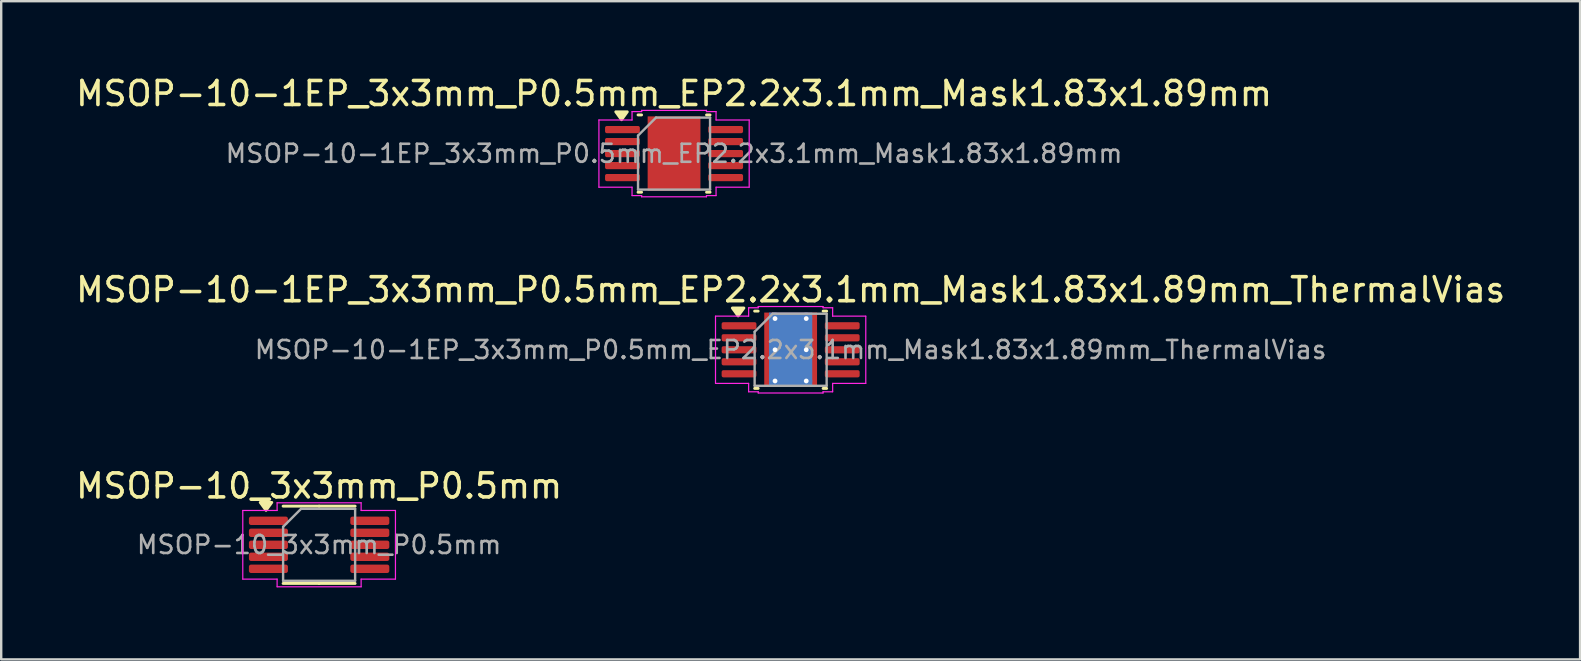
<source format=kicad_pcb>
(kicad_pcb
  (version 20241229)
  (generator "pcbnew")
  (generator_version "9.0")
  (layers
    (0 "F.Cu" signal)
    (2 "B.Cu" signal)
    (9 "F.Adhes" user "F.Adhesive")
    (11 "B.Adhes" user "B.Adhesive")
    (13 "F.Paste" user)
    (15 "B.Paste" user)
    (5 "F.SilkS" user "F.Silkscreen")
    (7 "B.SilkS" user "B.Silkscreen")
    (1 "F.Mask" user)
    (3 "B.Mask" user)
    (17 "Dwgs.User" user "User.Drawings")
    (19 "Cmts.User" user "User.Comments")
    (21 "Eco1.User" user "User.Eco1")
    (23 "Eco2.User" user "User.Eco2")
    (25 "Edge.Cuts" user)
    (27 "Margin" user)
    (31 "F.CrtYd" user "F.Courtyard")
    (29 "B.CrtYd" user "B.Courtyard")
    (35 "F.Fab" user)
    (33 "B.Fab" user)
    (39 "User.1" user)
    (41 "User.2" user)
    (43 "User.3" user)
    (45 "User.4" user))
  (footprint "MSOP-10-1EP_3x3mm_P0.5mm_EP2.2x3.1mm_Mask1.83x1.89mm_ThermalVias"
    (layer "F.Cu")
    (at 29.887 11.521)
    (property "Reference" "MSOP-10-1EP_3x3mm_P0.5mm_EP2.2x3.1mm_Mask1.83x1.89mm_ThermalVias" (at 0 -2.5 0) (layer "F.SilkS") (effects (font (size 1 1) (thickness 0.15))))
    (attr smd)
    (fp_line (start -1.353 -1.61) (end -1.5 -1.61) (stroke (width 0.12) (type solid)) (layer "F.SilkS"))
    (fp_line (start -1.353 1.61) (end -1.5 1.61) (stroke (width 0.12) (type solid)) (layer "F.SilkS"))
    (fp_line (start 1.353 -1.61) (end 1.5 -1.61) (stroke (width 0.12) (type solid)) (layer "F.SilkS"))
    (fp_line (start 1.353 1.61) (end 1.5 1.61) (stroke (width 0.12) (type solid)) (layer "F.SilkS"))
    (fp_poly (pts (xy -2.188 -1.41) (xy -2.428 -1.74) (xy -1.948 -1.74)) (stroke (width 0.12) (type solid)) (fill yes) (layer "F.SilkS"))
    (fp_line (start -3.13 -1.4) (end -1.75 -1.4) (stroke (width 0.05) (type solid)) (layer "F.CrtYd"))
    (fp_line (start -3.13 1.4) (end -3.13 -1.4) (stroke (width 0.05) (type solid)) (layer "F.CrtYd"))
    (fp_line (start -1.75 -1.75) (end -1.35 -1.75) (stroke (width 0.05) (type solid)) (layer "F.CrtYd"))
    (fp_line (start -1.75 -1.4) (end -1.75 -1.75) (stroke (width 0.05) (type solid)) (layer "F.CrtYd"))
    (fp_line (start -1.75 1.4) (end -3.13 1.4) (stroke (width 0.05) (type solid)) (layer "F.CrtYd"))
    (fp_line (start -1.75 1.75) (end -1.75 1.4) (stroke (width 0.05) (type solid)) (layer "F.CrtYd"))
    (fp_line (start -1.35 -1.8) (end 1.35 -1.8) (stroke (width 0.05) (type solid)) (layer "F.CrtYd"))
    (fp_line (start -1.35 -1.75) (end -1.35 -1.8) (stroke (width 0.05) (type solid)) (layer "F.CrtYd"))
    (fp_line (start -1.35 1.75) (end -1.75 1.75) (stroke (width 0.05) (type solid)) (layer "F.CrtYd"))
    (fp_line (start -1.35 1.8) (end -1.35 1.75) (stroke (width 0.05) (type solid)) (layer "F.CrtYd"))
    (fp_line (start 1.35 -1.8) (end 1.35 -1.75) (stroke (width 0.05) (type solid)) (layer "F.CrtYd"))
    (fp_line (start 1.35 -1.75) (end 1.75 -1.75) (stroke (width 0.05) (type solid)) (layer "F.CrtYd"))
    (fp_line (start 1.35 1.75) (end 1.35 1.8) (stroke (width 0.05) (type solid)) (layer "F.CrtYd"))
    (fp_line (start 1.35 1.8) (end -1.35 1.8) (stroke (width 0.05) (type solid)) (layer "F.CrtYd"))
    (fp_line (start 1.75 -1.75) (end 1.75 -1.4) (stroke (width 0.05) (type solid)) (layer "F.CrtYd"))
    (fp_line (start 1.75 -1.4) (end 3.13 -1.4) (stroke (width 0.05) (type solid)) (layer "F.CrtYd"))
    (fp_line (start 1.75 1.4) (end 1.75 1.75) (stroke (width 0.05) (type solid)) (layer "F.CrtYd"))
    (fp_line (start 1.75 1.75) (end 1.35 1.75) (stroke (width 0.05) (type solid)) (layer "F.CrtYd"))
    (fp_line (start 3.13 -1.4) (end 3.13 1.4) (stroke (width 0.05) (type solid)) (layer "F.CrtYd"))
    (fp_line (start 3.13 1.4) (end 1.75 1.4) (stroke (width 0.05) (type solid)) (layer "F.CrtYd"))
    (fp_line (start -1.5 -0.75) (end -0.75 -1.5) (stroke (width 0.1) (type solid)) (layer "F.Fab"))
    (fp_line (start -1.5 1.5) (end -1.5 -0.75) (stroke (width 0.1) (type solid)) (layer "F.Fab"))
    (fp_line (start -0.75 -1.5) (end 1.5 -1.5) (stroke (width 0.1) (type solid)) (layer "F.Fab"))
    (fp_line (start 1.5 -1.5) (end 1.5 1.5) (stroke (width 0.1) (type solid)) (layer "F.Fab"))
    (fp_line (start 1.5 1.5) (end -1.5 1.5) (stroke (width 0.1) (type solid)) (layer "F.Fab"))
    (fp_text user "${REFERENCE}" (at 0 0 0) (layer "F.Fab") (effects (font (size 0.75 0.75) (thickness 0.11))))
    (pad "" smd roundrect (at -0.46 -0.47) (size 0.74 0.76) (layers "F.Paste") (roundrect_rratio 0.25))
    (pad "" smd roundrect (at -0.46 0.47) (size 0.74 0.76) (layers "F.Paste") (roundrect_rratio 0.25))
    (pad "" smd rect (at 0 0) (size 1.83 1.89) (layers "F.Mask"))
    (pad "" smd roundrect (at 0.46 -0.47) (size 0.74 0.76) (layers "F.Paste") (roundrect_rratio 0.25))
    (pad "" smd roundrect (at 0.46 0.47) (size 0.74 0.76) (layers "F.Paste") (roundrect_rratio 0.25))
    (pad "1" smd roundrect (at -2.15 -1) (size 1.45 0.3) (layers "F.Cu" "F.Mask" "F.Paste") (roundrect_rratio 0.25))
    (pad "2" smd roundrect (at -2.15 -0.5) (size 1.45 0.3) (layers "F.Cu" "F.Mask" "F.Paste") (roundrect_rratio 0.25))
    (pad "3" smd roundrect (at -2.15 0) (size 1.45 0.3) (layers "F.Cu" "F.Mask" "F.Paste") (roundrect_rratio 0.25))
    (pad "4" smd roundrect (at -2.15 0.5) (size 1.45 0.3) (layers "F.Cu" "F.Mask" "F.Paste") (roundrect_rratio 0.25))
    (pad "5" smd roundrect (at -2.15 1) (size 1.45 0.3) (layers "F.Cu" "F.Mask" "F.Paste") (roundrect_rratio 0.25))
    (pad "6" smd roundrect (at 2.15 1) (size 1.45 0.3) (layers "F.Cu" "F.Mask" "F.Paste") (roundrect_rratio 0.25))
    (pad "7" smd roundrect (at 2.15 0.5) (size 1.45 0.3) (layers "F.Cu" "F.Mask" "F.Paste") (roundrect_rratio 0.25))
    (pad "8" smd roundrect (at 2.15 0) (size 1.45 0.3) (layers "F.Cu" "F.Mask" "F.Paste") (roundrect_rratio 0.25))
    (pad "9" smd roundrect (at 2.15 -0.5) (size 1.45 0.3) (layers "F.Cu" "F.Mask" "F.Paste") (roundrect_rratio 0.25))
    (pad "10" smd roundrect (at 2.15 -1) (size 1.45 0.3) (layers "F.Cu" "F.Mask" "F.Paste") (roundrect_rratio 0.25))
    (pad "11" thru_hole circle (at -0.65 -1.3) (size 0.5 0.5) (drill 0.2) (property pad_prop_heatsink) (layers "*.Cu"))
    (pad "11" thru_hole circle (at -0.65 0) (size 0.5 0.5) (drill 0.2) (property pad_prop_heatsink) (layers "*.Cu"))
    (pad "11" thru_hole circle (at -0.65 1.3) (size 0.5 0.5) (drill 0.2) (property pad_prop_heatsink) (layers "*.Cu"))
    (pad "11" smd rect (at 0 0) (size 1.8 3.1) (property pad_prop_heatsink) (layers "B.Cu"))
    (pad "11" smd rect (at 0 0) (size 2.2 3.1) (property pad_prop_heatsink) (layers "F.Cu"))
    (pad "11" thru_hole circle (at 0.65 -1.3) (size 0.5 0.5) (drill 0.2) (property pad_prop_heatsink) (layers "*.Cu"))
    (pad "11" thru_hole circle (at 0.65 0) (size 0.5 0.5) (drill 0.2) (property pad_prop_heatsink) (layers "*.Cu"))
    (pad "11" thru_hole circle (at 0.65 1.3) (size 0.5 0.5) (drill 0.2) (property pad_prop_heatsink) (layers "*.Cu")))
  (footprint "MSOP-10-1EP_3x3mm_P0.5mm_EP2.2x3.1mm_Mask1.83x1.89mm"
    (layer "F.Cu")
    (at 25.03 3.348)
    (property "Reference" "MSOP-10-1EP_3x3mm_P0.5mm_EP2.2x3.1mm_Mask1.83x1.89mm" (at 0 -2.5 0) (layer "F.SilkS") (effects (font (size 1 1) (thickness 0.15))))
    (attr smd)
    (fp_line (start -1.353 -1.61) (end -1.5 -1.61) (stroke (width 0.12) (type solid)) (layer "F.SilkS"))
    (fp_line (start -1.353 1.61) (end -1.5 1.61) (stroke (width 0.12) (type solid)) (layer "F.SilkS"))
    (fp_line (start 1.353 -1.61) (end 1.5 -1.61) (stroke (width 0.12) (type solid)) (layer "F.SilkS"))
    (fp_line (start 1.353 1.61) (end 1.5 1.61) (stroke (width 0.12) (type solid)) (layer "F.SilkS"))
    (fp_poly (pts (xy -2.188 -1.41) (xy -2.428 -1.74) (xy -1.948 -1.74)) (stroke (width 0.12) (type solid)) (fill yes) (layer "F.SilkS"))
    (fp_line (start -3.13 -1.4) (end -1.75 -1.4) (stroke (width 0.05) (type solid)) (layer "F.CrtYd"))
    (fp_line (start -3.13 1.4) (end -3.13 -1.4) (stroke (width 0.05) (type solid)) (layer "F.CrtYd"))
    (fp_line (start -1.75 -1.75) (end -1.35 -1.75) (stroke (width 0.05) (type solid)) (layer "F.CrtYd"))
    (fp_line (start -1.75 -1.4) (end -1.75 -1.75) (stroke (width 0.05) (type solid)) (layer "F.CrtYd"))
    (fp_line (start -1.75 1.4) (end -3.13 1.4) (stroke (width 0.05) (type solid)) (layer "F.CrtYd"))
    (fp_line (start -1.75 1.75) (end -1.75 1.4) (stroke (width 0.05) (type solid)) (layer "F.CrtYd"))
    (fp_line (start -1.35 -1.8) (end 1.35 -1.8) (stroke (width 0.05) (type solid)) (layer "F.CrtYd"))
    (fp_line (start -1.35 -1.75) (end -1.35 -1.8) (stroke (width 0.05) (type solid)) (layer "F.CrtYd"))
    (fp_line (start -1.35 1.75) (end -1.75 1.75) (stroke (width 0.05) (type solid)) (layer "F.CrtYd"))
    (fp_line (start -1.35 1.8) (end -1.35 1.75) (stroke (width 0.05) (type solid)) (layer "F.CrtYd"))
    (fp_line (start 1.35 -1.8) (end 1.35 -1.75) (stroke (width 0.05) (type solid)) (layer "F.CrtYd"))
    (fp_line (start 1.35 -1.75) (end 1.75 -1.75) (stroke (width 0.05) (type solid)) (layer "F.CrtYd"))
    (fp_line (start 1.35 1.75) (end 1.35 1.8) (stroke (width 0.05) (type solid)) (layer "F.CrtYd"))
    (fp_line (start 1.35 1.8) (end -1.35 1.8) (stroke (width 0.05) (type solid)) (layer "F.CrtYd"))
    (fp_line (start 1.75 -1.75) (end 1.75 -1.4) (stroke (width 0.05) (type solid)) (layer "F.CrtYd"))
    (fp_line (start 1.75 -1.4) (end 3.13 -1.4) (stroke (width 0.05) (type solid)) (layer "F.CrtYd"))
    (fp_line (start 1.75 1.4) (end 1.75 1.75) (stroke (width 0.05) (type solid)) (layer "F.CrtYd"))
    (fp_line (start 1.75 1.75) (end 1.35 1.75) (stroke (width 0.05) (type solid)) (layer "F.CrtYd"))
    (fp_line (start 3.13 -1.4) (end 3.13 1.4) (stroke (width 0.05) (type solid)) (layer "F.CrtYd"))
    (fp_line (start 3.13 1.4) (end 1.75 1.4) (stroke (width 0.05) (type solid)) (layer "F.CrtYd"))
    (fp_line (start -1.5 -0.75) (end -0.75 -1.5) (stroke (width 0.1) (type solid)) (layer "F.Fab"))
    (fp_line (start -1.5 1.5) (end -1.5 -0.75) (stroke (width 0.1) (type solid)) (layer "F.Fab"))
    (fp_line (start -0.75 -1.5) (end 1.5 -1.5) (stroke (width 0.1) (type solid)) (layer "F.Fab"))
    (fp_line (start 1.5 -1.5) (end 1.5 1.5) (stroke (width 0.1) (type solid)) (layer "F.Fab"))
    (fp_line (start 1.5 1.5) (end -1.5 1.5) (stroke (width 0.1) (type solid)) (layer "F.Fab"))
    (fp_text user "${REFERENCE}" (at 0 0 0) (layer "F.Fab") (effects (font (size 0.75 0.75) (thickness 0.11))))
    (pad "" smd roundrect (at -0.46 -0.47) (size 0.74 0.76) (layers "F.Paste") (roundrect_rratio 0.25))
    (pad "" smd roundrect (at -0.46 0.47) (size 0.74 0.76) (layers "F.Paste") (roundrect_rratio 0.25))
    (pad "" smd rect (at 0 0) (size 1.83 1.89) (layers "F.Mask"))
    (pad "" smd roundrect (at 0.46 -0.47) (size 0.74 0.76) (layers "F.Paste") (roundrect_rratio 0.25))
    (pad "" smd roundrect (at 0.46 0.47) (size 0.74 0.76) (layers "F.Paste") (roundrect_rratio 0.25))
    (pad "1" smd roundrect (at -2.15 -1) (size 1.45 0.3) (layers "F.Cu" "F.Mask" "F.Paste") (roundrect_rratio 0.25))
    (pad "2" smd roundrect (at -2.15 -0.5) (size 1.45 0.3) (layers "F.Cu" "F.Mask" "F.Paste") (roundrect_rratio 0.25))
    (pad "3" smd roundrect (at -2.15 0) (size 1.45 0.3) (layers "F.Cu" "F.Mask" "F.Paste") (roundrect_rratio 0.25))
    (pad "4" smd roundrect (at -2.15 0.5) (size 1.45 0.3) (layers "F.Cu" "F.Mask" "F.Paste") (roundrect_rratio 0.25))
    (pad "5" smd roundrect (at -2.15 1) (size 1.45 0.3) (layers "F.Cu" "F.Mask" "F.Paste") (roundrect_rratio 0.25))
    (pad "6" smd roundrect (at 2.15 1) (size 1.45 0.3) (layers "F.Cu" "F.Mask" "F.Paste") (roundrect_rratio 0.25))
    (pad "7" smd roundrect (at 2.15 0.5) (size 1.45 0.3) (layers "F.Cu" "F.Mask" "F.Paste") (roundrect_rratio 0.25))
    (pad "8" smd roundrect (at 2.15 0) (size 1.45 0.3) (layers "F.Cu" "F.Mask" "F.Paste") (roundrect_rratio 0.25))
    (pad "9" smd roundrect (at 2.15 -0.5) (size 1.45 0.3) (layers "F.Cu" "F.Mask" "F.Paste") (roundrect_rratio 0.25))
    (pad "10" smd roundrect (at 2.15 -1) (size 1.45 0.3) (layers "F.Cu" "F.Mask" "F.Paste") (roundrect_rratio 0.25))
    (pad "11" smd rect (at 0 0) (size 2.2 3.1) (property pad_prop_heatsink) (layers "F.Cu")))
  (footprint "MSOP-10_3x3mm_P0.5mm"
    (layer "F.Cu")
    (at 10.244 19.645)
    (property "Reference" "MSOP-10_3x3mm_P0.5mm" (at 0 -2.45 0) (layer "F.SilkS") (effects (font (size 1 1) (thickness 0.15))))
    (attr smd)
    (fp_line (start 0 -1.61) (end -1.5 -1.61) (stroke (width 0.12) (type solid)) (layer "F.SilkS"))
    (fp_line (start 0 -1.61) (end 1.5 -1.61) (stroke (width 0.12) (type solid)) (layer "F.SilkS"))
    (fp_line (start 0 1.61) (end -1.5 1.61) (stroke (width 0.12) (type solid)) (layer "F.SilkS"))
    (fp_line (start 0 1.61) (end 1.5 1.61) (stroke (width 0.12) (type solid)) (layer "F.SilkS"))
    (fp_poly (pts (xy -2.212 -1.435) (xy -2.453 -1.765) (xy -1.972 -1.765)) (stroke (width 0.12) (type solid)) (fill yes) (layer "F.SilkS"))
    (fp_line (start -3.18 -1.43) (end -1.75 -1.43) (stroke (width 0.05) (type solid)) (layer "F.CrtYd"))
    (fp_line (start -3.18 1.43) (end -3.18 -1.43) (stroke (width 0.05) (type solid)) (layer "F.CrtYd"))
    (fp_line (start -1.75 -1.75) (end 1.75 -1.75) (stroke (width 0.05) (type solid)) (layer "F.CrtYd"))
    (fp_line (start -1.75 -1.43) (end -1.75 -1.75) (stroke (width 0.05) (type solid)) (layer "F.CrtYd"))
    (fp_line (start -1.75 1.43) (end -3.18 1.43) (stroke (width 0.05) (type solid)) (layer "F.CrtYd"))
    (fp_line (start -1.75 1.75) (end -1.75 1.43) (stroke (width 0.05) (type solid)) (layer "F.CrtYd"))
    (fp_line (start 1.75 -1.75) (end 1.75 -1.43) (stroke (width 0.05) (type solid)) (layer "F.CrtYd"))
    (fp_line (start 1.75 -1.43) (end 3.18 -1.43) (stroke (width 0.05) (type solid)) (layer "F.CrtYd"))
    (fp_line (start 1.75 1.43) (end 1.75 1.75) (stroke (width 0.05) (type solid)) (layer "F.CrtYd"))
    (fp_line (start 1.75 1.75) (end -1.75 1.75) (stroke (width 0.05) (type solid)) (layer "F.CrtYd"))
    (fp_line (start 3.18 -1.43) (end 3.18 1.43) (stroke (width 0.05) (type solid)) (layer "F.CrtYd"))
    (fp_line (start 3.18 1.43) (end 1.75 1.43) (stroke (width 0.05) (type solid)) (layer "F.CrtYd"))
    (fp_line (start -1.5 -0.75) (end -0.75 -1.5) (stroke (width 0.1) (type solid)) (layer "F.Fab"))
    (fp_line (start -1.5 1.5) (end -1.5 -0.75) (stroke (width 0.1) (type solid)) (layer "F.Fab"))
    (fp_line (start -0.75 -1.5) (end 1.5 -1.5) (stroke (width 0.1) (type solid)) (layer "F.Fab"))
    (fp_line (start 1.5 -1.5) (end 1.5 1.5) (stroke (width 0.1) (type solid)) (layer "F.Fab"))
    (fp_line (start 1.5 1.5) (end -1.5 1.5) (stroke (width 0.1) (type solid)) (layer "F.Fab"))
    (fp_text user "${REFERENCE}" (at 0 0 0) (layer "F.Fab") (effects (font (size 0.75 0.75) (thickness 0.11))))
    (pad "1" smd roundrect (at -2.112 -1) (size 1.625 0.35) (layers "F.Cu" "F.Mask" "F.Paste") (roundrect_rratio 0.25))
    (pad "2" smd roundrect (at -2.112 -0.5) (size 1.625 0.35) (layers "F.Cu" "F.Mask" "F.Paste") (roundrect_rratio 0.25))
    (pad "3" smd roundrect (at -2.112 0) (size 1.625 0.35) (layers "F.Cu" "F.Mask" "F.Paste") (roundrect_rratio 0.25))
    (pad "4" smd roundrect (at -2.112 0.5) (size 1.625 0.35) (layers "F.Cu" "F.Mask" "F.Paste") (roundrect_rratio 0.25))
    (pad "5" smd roundrect (at -2.112 1) (size 1.625 0.35) (layers "F.Cu" "F.Mask" "F.Paste") (roundrect_rratio 0.25))
    (pad "6" smd roundrect (at 2.112 1) (size 1.625 0.35) (layers "F.Cu" "F.Mask" "F.Paste") (roundrect_rratio 0.25))
    (pad "7" smd roundrect (at 2.112 0.5) (size 1.625 0.35) (layers "F.Cu" "F.Mask" "F.Paste") (roundrect_rratio 0.25))
    (pad "8" smd roundrect (at 2.112 0) (size 1.625 0.35) (layers "F.Cu" "F.Mask" "F.Paste") (roundrect_rratio 0.25))
    (pad "9" smd roundrect (at 2.112 -0.5) (size 1.625 0.35) (layers "F.Cu" "F.Mask" "F.Paste") (roundrect_rratio 0.25))
    (pad "10" smd roundrect (at 2.112 -1) (size 1.625 0.35) (layers "F.Cu" "F.Mask" "F.Paste") (roundrect_rratio 0.25)))
  (gr_rect
    (start -3 -3)
    (end 62.774 24.42)
    (stroke (width 0.1) (type default))
    (fill no)
    (layer "Edge.Cuts")))
</source>
